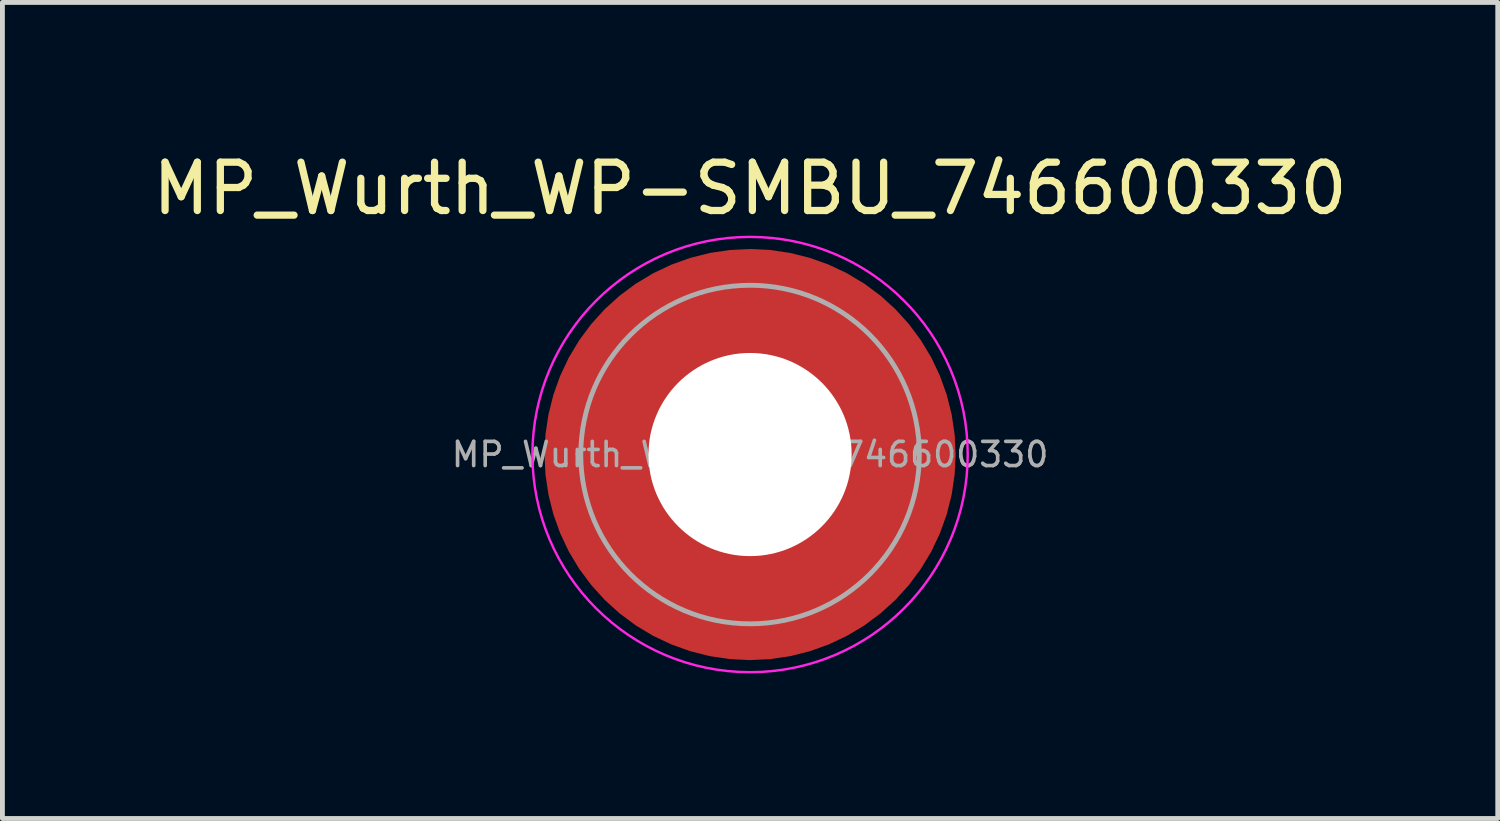
<source format=kicad_pcb>
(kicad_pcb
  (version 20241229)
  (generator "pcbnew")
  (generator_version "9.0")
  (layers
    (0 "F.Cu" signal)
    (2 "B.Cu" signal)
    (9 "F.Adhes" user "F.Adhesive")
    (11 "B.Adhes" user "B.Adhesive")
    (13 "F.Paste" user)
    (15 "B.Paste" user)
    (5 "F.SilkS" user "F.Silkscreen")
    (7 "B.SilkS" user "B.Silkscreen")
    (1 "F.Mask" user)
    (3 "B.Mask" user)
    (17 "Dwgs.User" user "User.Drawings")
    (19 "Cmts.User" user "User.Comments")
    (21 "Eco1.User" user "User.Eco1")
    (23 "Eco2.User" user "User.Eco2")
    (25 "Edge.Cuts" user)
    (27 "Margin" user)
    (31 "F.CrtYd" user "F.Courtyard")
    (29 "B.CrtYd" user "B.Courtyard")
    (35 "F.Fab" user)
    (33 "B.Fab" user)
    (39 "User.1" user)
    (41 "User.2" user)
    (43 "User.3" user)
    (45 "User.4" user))
  (footprint "MP_Wurth_WP-SMBU_746600330"
    (layer "F.Cu")
    (at 12.458 6.348)
    (property "Reference" "MP_Wurth_WP-SMBU_746600330" (at 0 -5.5 0) (unlocked yes) (layer "F.SilkS") (effects (font (size 1 1) (thickness 0.15))))
    (attr smd)
    (fp_poly (pts (xy -2.18 0.534) (xy -2.165 0.594) (xy -2.14 0.679) (xy -2.105 0.783) (xy -2.055 0.903) (xy -2.006 1.013) (xy -1.956 1.103) (xy -1.906 1.187) (xy -1.851 1.272) (xy -1.771 1.382) (xy -1.691 1.477) (xy -1.611 1.567) (xy -1.537 1.636) (xy -1.462 1.706) (xy -1.387 1.766) (xy -1.287 1.841) (xy -1.212 1.891) (xy -1.127 1.941) (xy -1.068 1.976) (xy -1.003 2.011) (xy -0.958 2.03) (xy -0.958 2.03) (xy -0.873 2.07) (xy -0.783 2.105) (xy -0.698 2.135) (xy -0.629 2.155) (xy -0.579 2.17) (xy -0.495 2.191) (xy -0.495 4.126) (xy -0.576 4.115) (xy -0.646 4.105) (xy -0.716 4.095) (xy -0.716 4.095) (xy -0.796 4.08) (xy -0.796 4.08) (xy -0.861 4.065) (xy -0.941 4.05) (xy -0.941 4.05) (xy -1.036 4.025) (xy -1.116 4.005) (xy -1.116 4.005) (xy -1.186 3.985) (xy -1.187 3.985) (xy -1.277 3.955) (xy -1.341 3.935) (xy -1.342 3.935) (xy -1.442 3.9) (xy -1.442 3.9) (xy -1.552 3.855) (xy -1.652 3.815) (xy -1.652 3.815) (xy -1.762 3.765) (xy -1.847 3.725) (xy -1.847 3.724) (xy -1.972 3.659) (xy -1.972 3.659) (xy -2.172 3.544) (xy -2.173 3.544) (xy -2.288 3.469) (xy -2.288 3.469) (xy -2.398 3.394) (xy -2.398 3.394) (xy -2.493 3.324) (xy -2.493 3.324) (xy -2.603 3.239) (xy -2.603 3.239) (xy -2.698 3.159) (xy -2.808 3.064) (xy -2.808 3.064) (xy -2.898 2.979) (xy -2.899 2.979) (xy -2.949 2.929) (xy -2.949 2.928) (xy -3.009 2.863) (xy -3.079 2.788) (xy -3.079 2.788) (xy -3.199 2.653) (xy -3.199 2.653) (xy -3.299 2.528) (xy -3.299 2.528) (xy -3.359 2.448) (xy -3.359 2.448) (xy -3.394 2.398) (xy -3.424 2.358) (xy -3.424 2.358) (xy -3.464 2.298) (xy -3.489 2.263) (xy -3.489 2.262) (xy -3.514 2.218) (xy -3.539 2.178) (xy -3.564 2.138) (xy -3.564 2.137) (xy -3.584 2.103) (xy -3.614 2.053) (xy -3.614 2.052) (xy -3.644 1.997) (xy -3.669 1.952) (xy -3.669 1.952) (xy -3.694 1.902) (xy -3.724 1.847) (xy -3.725 1.847) (xy -3.745 1.802) (xy -3.769 1.752) (xy -3.77 1.752) (xy -3.82 1.642) (xy -3.82 1.642) (xy -3.845 1.577) (xy -3.87 1.517) (xy -3.89 1.467) (xy -3.89 1.467) (xy -3.9 1.437) (xy -3.92 1.382) (xy -3.92 1.382) (xy -3.935 1.337) (xy -3.955 1.282) (xy -3.955 1.281) (xy -3.975 1.216) (xy -3.975 1.216) (xy -3.995 1.146) (xy -4.01 1.096) (xy -4.01 1.096) (xy -4.04 0.976) (xy -4.06 0.891) (xy -4.06 0.891) (xy -4.085 0.766) (xy -4.085 0.766) (xy -4.11 0.616) (xy -4.11 0.616) (xy -4.115 0.581) (xy -4.12 0.541) (xy -4.126 0.495) (xy -2.186 0.495)) (stroke (width 0) (type default)) (fill yes) (layer "F.Paste"))
    (fp_poly (pts (xy -0.495 -2.186) (xy -0.534 -2.18) (xy -0.594 -2.165) (xy -0.679 -2.14) (xy -0.783 -2.105) (xy -0.903 -2.055) (xy -1.013 -2.006) (xy -1.103 -1.956) (xy -1.187 -1.906) (xy -1.272 -1.851) (xy -1.382 -1.771) (xy -1.477 -1.691) (xy -1.567 -1.611) (xy -1.636 -1.537) (xy -1.706 -1.462) (xy -1.766 -1.387) (xy -1.841 -1.287) (xy -1.891 -1.212) (xy -1.941 -1.127) (xy -1.976 -1.068) (xy -2.011 -1.003) (xy -2.03 -0.958) (xy -2.03 -0.958) (xy -2.07 -0.873) (xy -2.105 -0.783) (xy -2.135 -0.698) (xy -2.155 -0.629) (xy -2.17 -0.579) (xy -2.191 -0.495) (xy -4.126 -0.495) (xy -4.115 -0.576) (xy -4.105 -0.646) (xy -4.095 -0.716) (xy -4.095 -0.716) (xy -4.08 -0.796) (xy -4.08 -0.796) (xy -4.065 -0.861) (xy -4.05 -0.941) (xy -4.05 -0.941) (xy -4.025 -1.036) (xy -4.005 -1.116) (xy -4.005 -1.116) (xy -3.985 -1.186) (xy -3.985 -1.187) (xy -3.955 -1.277) (xy -3.935 -1.341) (xy -3.935 -1.342) (xy -3.9 -1.442) (xy -3.9 -1.442) (xy -3.855 -1.552) (xy -3.815 -1.652) (xy -3.815 -1.652) (xy -3.765 -1.762) (xy -3.725 -1.847) (xy -3.724 -1.847) (xy -3.659 -1.972) (xy -3.659 -1.972) (xy -3.544 -2.172) (xy -3.544 -2.173) (xy -3.469 -2.288) (xy -3.469 -2.288) (xy -3.394 -2.398) (xy -3.394 -2.398) (xy -3.324 -2.493) (xy -3.324 -2.493) (xy -3.239 -2.603) (xy -3.239 -2.603) (xy -3.159 -2.698) (xy -3.064 -2.808) (xy -3.064 -2.808) (xy -2.979 -2.898) (xy -2.979 -2.899) (xy -2.929 -2.949) (xy -2.928 -2.949) (xy -2.863 -3.009) (xy -2.788 -3.079) (xy -2.788 -3.079) (xy -2.653 -3.199) (xy -2.653 -3.199) (xy -2.528 -3.299) (xy -2.528 -3.299) (xy -2.448 -3.359) (xy -2.448 -3.359) (xy -2.398 -3.394) (xy -2.358 -3.424) (xy -2.358 -3.424) (xy -2.298 -3.464) (xy -2.263 -3.489) (xy -2.262 -3.489) (xy -2.218 -3.514) (xy -2.178 -3.539) (xy -2.138 -3.564) (xy -2.137 -3.564) (xy -2.103 -3.584) (xy -2.053 -3.614) (xy -2.052 -3.614) (xy -1.997 -3.644) (xy -1.952 -3.669) (xy -1.952 -3.669) (xy -1.902 -3.694) (xy -1.847 -3.724) (xy -1.847 -3.725) (xy -1.802 -3.745) (xy -1.752 -3.769) (xy -1.752 -3.77) (xy -1.642 -3.82) (xy -1.642 -3.82) (xy -1.577 -3.845) (xy -1.517 -3.87) (xy -1.467 -3.89) (xy -1.467 -3.89) (xy -1.437 -3.9) (xy -1.382 -3.92) (xy -1.382 -3.92) (xy -1.337 -3.935) (xy -1.282 -3.955) (xy -1.281 -3.955) (xy -1.216 -3.975) (xy -1.216 -3.975) (xy -1.146 -3.995) (xy -1.096 -4.01) (xy -1.096 -4.01) (xy -0.976 -4.04) (xy -0.891 -4.06) (xy -0.891 -4.06) (xy -0.766 -4.085) (xy -0.766 -4.085) (xy -0.616 -4.11) (xy -0.616 -4.11) (xy -0.581 -4.115) (xy -0.541 -4.12) (xy -0.495 -4.126)) (stroke (width 0) (type default)) (fill yes) (layer "F.Paste"))
    (fp_poly (pts (xy 0.576 -4.11) (xy 0.646 -4.1) (xy 0.716 -4.09) (xy 0.716 -4.09) (xy 0.796 -4.075) (xy 0.796 -4.075) (xy 0.861 -4.06) (xy 0.941 -4.045) (xy 0.941 -4.045) (xy 1.036 -4.02) (xy 1.116 -4) (xy 1.116 -4) (xy 1.186 -3.98) (xy 1.187 -3.98) (xy 1.277 -3.95) (xy 1.341 -3.93) (xy 1.342 -3.93) (xy 1.442 -3.895) (xy 1.442 -3.895) (xy 1.552 -3.85) (xy 1.652 -3.81) (xy 1.652 -3.81) (xy 1.762 -3.76) (xy 1.847 -3.72) (xy 1.847 -3.719) (xy 1.972 -3.654) (xy 1.972 -3.654) (xy 2.172 -3.539) (xy 2.173 -3.539) (xy 2.288 -3.464) (xy 2.288 -3.464) (xy 2.398 -3.389) (xy 2.398 -3.389) (xy 2.493 -3.319) (xy 2.493 -3.319) (xy 2.603 -3.234) (xy 2.603 -3.234) (xy 2.698 -3.154) (xy 2.808 -3.059) (xy 2.808 -3.059) (xy 2.898 -2.974) (xy 2.899 -2.974) (xy 2.949 -2.924) (xy 2.949 -2.923) (xy 3.009 -2.858) (xy 3.079 -2.783) (xy 3.079 -2.783) (xy 3.199 -2.648) (xy 3.199 -2.648) (xy 3.299 -2.523) (xy 3.299 -2.523) (xy 3.359 -2.443) (xy 3.359 -2.443) (xy 3.394 -2.393) (xy 3.424 -2.353) (xy 3.424 -2.353) (xy 3.464 -2.293) (xy 3.489 -2.258) (xy 3.489 -2.257) (xy 3.514 -2.213) (xy 3.539 -2.173) (xy 3.564 -2.133) (xy 3.564 -2.132) (xy 3.584 -2.098) (xy 3.614 -2.048) (xy 3.614 -2.047) (xy 3.644 -1.992) (xy 3.669 -1.947) (xy 3.669 -1.947) (xy 3.694 -1.897) (xy 3.724 -1.842) (xy 3.725 -1.842) (xy 3.745 -1.797) (xy 3.769 -1.747) (xy 3.77 -1.747) (xy 3.82 -1.637) (xy 3.82 -1.637) (xy 3.845 -1.572) (xy 3.87 -1.512) (xy 3.89 -1.462) (xy 3.89 -1.462) (xy 3.9 -1.432) (xy 3.92 -1.377) (xy 3.92 -1.377) (xy 3.935 -1.332) (xy 3.955 -1.277) (xy 3.955 -1.276) (xy 3.975 -1.211) (xy 3.975 -1.211) (xy 3.995 -1.141) (xy 4.01 -1.091) (xy 4.01 -1.091) (xy 4.04 -0.971) (xy 4.06 -0.886) (xy 4.06 -0.886) (xy 4.085 -0.761) (xy 4.085 -0.761) (xy 4.11 -0.611) (xy 4.11 -0.611) (xy 4.115 -0.576) (xy 4.12 -0.536) (xy 4.126 -0.49) (xy 2.186 -0.49) (xy 2.18 -0.529) (xy 2.165 -0.589) (xy 2.14 -0.674) (xy 2.105 -0.778) (xy 2.055 -0.898) (xy 2.006 -1.008) (xy 1.956 -1.098) (xy 1.906 -1.182) (xy 1.851 -1.267) (xy 1.771 -1.377) (xy 1.691 -1.472) (xy 1.611 -1.562) (xy 1.537 -1.631) (xy 1.462 -1.701) (xy 1.387 -1.761) (xy 1.287 -1.836) (xy 1.212 -1.886) (xy 1.127 -1.936) (xy 1.068 -1.971) (xy 1.003 -2.006) (xy 0.958 -2.025) (xy 0.958 -2.025) (xy 0.873 -2.065) (xy 0.783 -2.1) (xy 0.698 -2.13) (xy 0.629 -2.15) (xy 0.579 -2.165) (xy 0.495 -2.186) (xy 0.495 -4.121)) (stroke (width 0) (type default)) (fill yes) (layer "F.Paste"))
    (fp_poly (pts (xy 4.115 0.581) (xy 4.105 0.651) (xy 4.095 0.721) (xy 4.095 0.721) (xy 4.08 0.801) (xy 4.08 0.801) (xy 4.065 0.866) (xy 4.05 0.946) (xy 4.05 0.946) (xy 4.025 1.041) (xy 4.005 1.121) (xy 4.005 1.121) (xy 3.985 1.191) (xy 3.985 1.192) (xy 3.955 1.282) (xy 3.935 1.346) (xy 3.935 1.347) (xy 3.9 1.447) (xy 3.9 1.447) (xy 3.855 1.557) (xy 3.815 1.657) (xy 3.815 1.657) (xy 3.765 1.767) (xy 3.725 1.852) (xy 3.724 1.852) (xy 3.659 1.977) (xy 3.659 1.977) (xy 3.544 2.177) (xy 3.544 2.178) (xy 3.469 2.293) (xy 3.469 2.293) (xy 3.394 2.403) (xy 3.394 2.403) (xy 3.324 2.498) (xy 3.324 2.498) (xy 3.239 2.608) (xy 3.239 2.608) (xy 3.159 2.703) (xy 3.064 2.813) (xy 3.064 2.813) (xy 2.979 2.903) (xy 2.979 2.904) (xy 2.929 2.954) (xy 2.928 2.954) (xy 2.863 3.014) (xy 2.788 3.084) (xy 2.788 3.084) (xy 2.653 3.204) (xy 2.653 3.204) (xy 2.528 3.304) (xy 2.528 3.304) (xy 2.448 3.364) (xy 2.448 3.364) (xy 2.398 3.399) (xy 2.358 3.429) (xy 2.358 3.429) (xy 2.298 3.469) (xy 2.263 3.494) (xy 2.262 3.494) (xy 2.218 3.519) (xy 2.178 3.544) (xy 2.138 3.569) (xy 2.137 3.569) (xy 2.103 3.589) (xy 2.053 3.619) (xy 2.052 3.619) (xy 1.997 3.649) (xy 1.952 3.674) (xy 1.952 3.674) (xy 1.902 3.699) (xy 1.847 3.729) (xy 1.847 3.73) (xy 1.802 3.75) (xy 1.752 3.774) (xy 1.752 3.775) (xy 1.642 3.825) (xy 1.642 3.825) (xy 1.577 3.85) (xy 1.517 3.875) (xy 1.467 3.895) (xy 1.467 3.895) (xy 1.437 3.905) (xy 1.382 3.925) (xy 1.382 3.925) (xy 1.337 3.94) (xy 1.282 3.96) (xy 1.281 3.96) (xy 1.216 3.98) (xy 1.216 3.98) (xy 1.146 4) (xy 1.096 4.015) (xy 1.096 4.015) (xy 0.976 4.045) (xy 0.891 4.065) (xy 0.891 4.065) (xy 0.766 4.09) (xy 0.766 4.09) (xy 0.616 4.115) (xy 0.616 4.115) (xy 0.581 4.12) (xy 0.541 4.125) (xy 0.495 4.131) (xy 0.495 2.191) (xy 0.534 2.185) (xy 0.594 2.17) (xy 0.679 2.145) (xy 0.783 2.11) (xy 0.903 2.06) (xy 1.013 2.011) (xy 1.103 1.961) (xy 1.187 1.911) (xy 1.272 1.856) (xy 1.382 1.776) (xy 1.477 1.696) (xy 1.567 1.616) (xy 1.636 1.542) (xy 1.706 1.467) (xy 1.766 1.392) (xy 1.841 1.292) (xy 1.891 1.217) (xy 1.941 1.132) (xy 1.976 1.073) (xy 2.011 1.008) (xy 2.03 0.963) (xy 2.03 0.963) (xy 2.07 0.878) (xy 2.105 0.788) (xy 2.135 0.703) (xy 2.155 0.634) (xy 2.17 0.584) (xy 2.191 0.5) (xy 4.126 0.5)) (stroke (width 0) (type default)) (fill yes) (layer "F.Paste"))
    (fp_circle (center 0 0) (end 4.5 0) (stroke (width 0.05) (type solid)) (fill no) (layer "F.CrtYd"))
    (fp_circle (center 0 0) (end 3.5 0) (stroke (width 0.1) (type solid)) (fill no) (layer "F.Fab"))
    (fp_text user "${REFERENCE}" (at 0 0 0) (unlocked yes) (layer "F.Fab") (effects (font (size 0.5 0.5) (thickness 0.075))))
    (pad "" np_thru_hole circle (at 0 0) (size 4.2 4.2) (drill 4.2) (layers "*.Cu" "*.Mask"))
    (pad "1" smd roundrect (at 0 0) (size 8.5 8.5) (layers "F.Cu" "F.Mask") (roundrect_rratio 0.5)))
  (gr_rect
    (start -3 -3)
    (end 27.917 13.873)
    (stroke (width 0.1) (type default))
    (fill no)
    (layer "Edge.Cuts")))
</source>
